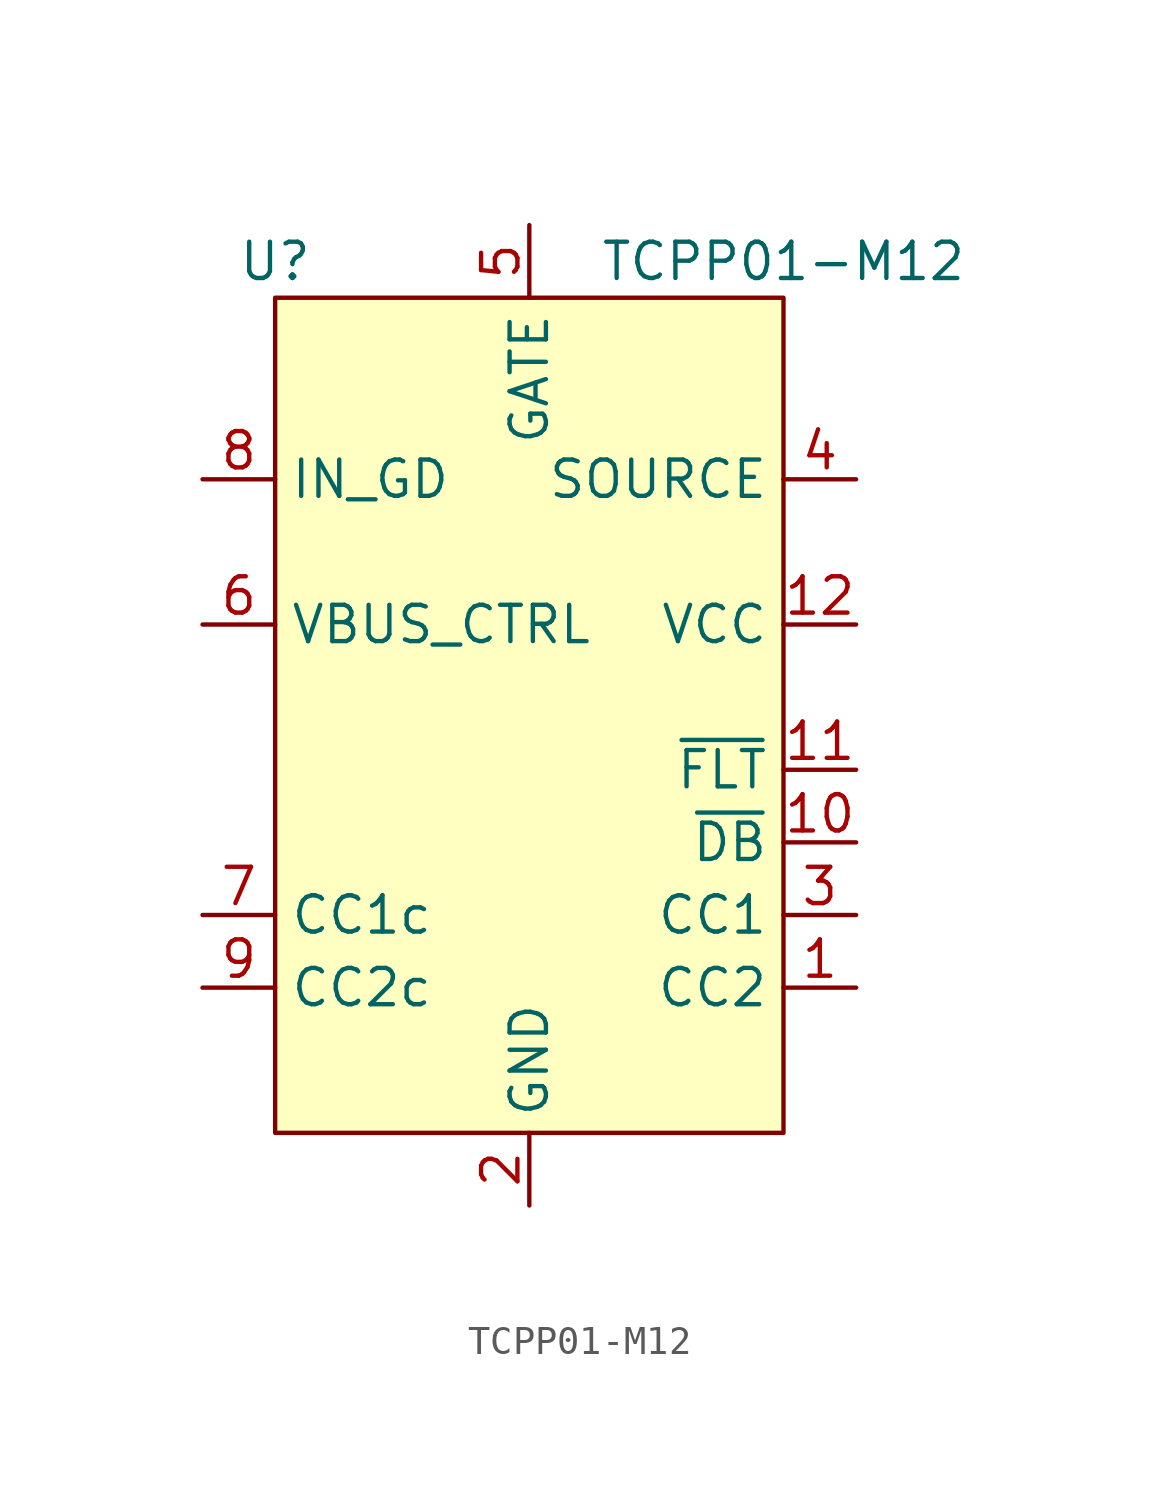
<source format=kicad_sym>
(kicad_symbol_lib
  (version 20220914)
  (generator kicad_symbol_editor)
  (symbol "TCPP01-M12"
    (property "Reference" "U"
      (at -8.89 15.24 0)
      (effects (font (size 1.27 1.27))))
    (property "Value" "TCPP01-M12"
      (at 8.89 15.24 0)
      (effects (font (size 1.27 1.27))))
    (symbol "TCPP01-M12_1_1"
      (rectangle (start -8.89 13.97) (end 8.89 -15.24) (stroke (width 0) (type default)) (fill (type background)))
      (pin bidirectional line (at 11.43 -10.16 180) (length 2.54) (name "CC2" (effects (font (size 1.27 1.27)))) (number "1" (effects (font (size 1.27 1.27)))))
      (pin input line (at 11.43 -5.08 180) (length 2.54) (name "~{DB}" (effects (font (size 1.27 1.27)))) (number "10" (effects (font (size 1.27 1.27)))))
      (pin output line (at 11.43 -2.54 180) (length 2.54) (name "~{FLT}" (effects (font (size 1.27 1.27)))) (number "11" (effects (font (size 1.27 1.27)))))
      (pin power_in line (at 11.43 2.54 180) (length 2.54) (name "VCC" (effects (font (size 1.27 1.27)))) (number "12" (effects (font (size 1.27 1.27)))))
      (pin power_in line (at 0 -17.78 90) (length 2.54) hide (name "GND" (effects (font (size 1.27 1.27)))) (number "13" (effects (font (size 1.27 1.27)))))
      (pin power_in line (at 0 -17.78 90) (length 2.54) (name "GND" (effects (font (size 1.27 1.27)))) (number "2" (effects (font (size 1.27 1.27)))))
      (pin bidirectional line (at 11.43 -7.62 180) (length 2.54) (name "CC1" (effects (font (size 1.27 1.27)))) (number "3" (effects (font (size 1.27 1.27)))))
      (pin power_in line (at 11.43 7.62 180) (length 2.54) (name "SOURCE" (effects (font (size 1.27 1.27)))) (number "4" (effects (font (size 1.27 1.27)))))
      (pin output line (at 0 16.51 270) (length 2.54) (name "GATE" (effects (font (size 1.27 1.27)))) (number "5" (effects (font (size 1.27 1.27)))))
      (pin input line (at -11.43 2.54 0) (length 2.54) (name "VBUS_CTRL" (effects (font (size 1.27 1.27)))) (number "6" (effects (font (size 1.27 1.27)))))
      (pin bidirectional line (at -11.43 -7.62 0) (length 2.54) (name "CC1c" (effects (font (size 1.27 1.27)))) (number "7" (effects (font (size 1.27 1.27)))))
      (pin power_in line (at -11.43 7.62 0) (length 2.54) (name "IN_GD" (effects (font (size 1.27 1.27)))) (number "8" (effects (font (size 1.27 1.27)))))
      (pin bidirectional line (at -11.43 -10.16 0) (length 2.54) (name "CC2c" (effects (font (size 1.27 1.27)))) (number "9" (effects (font (size 1.27 1.27))))))))
</source>
